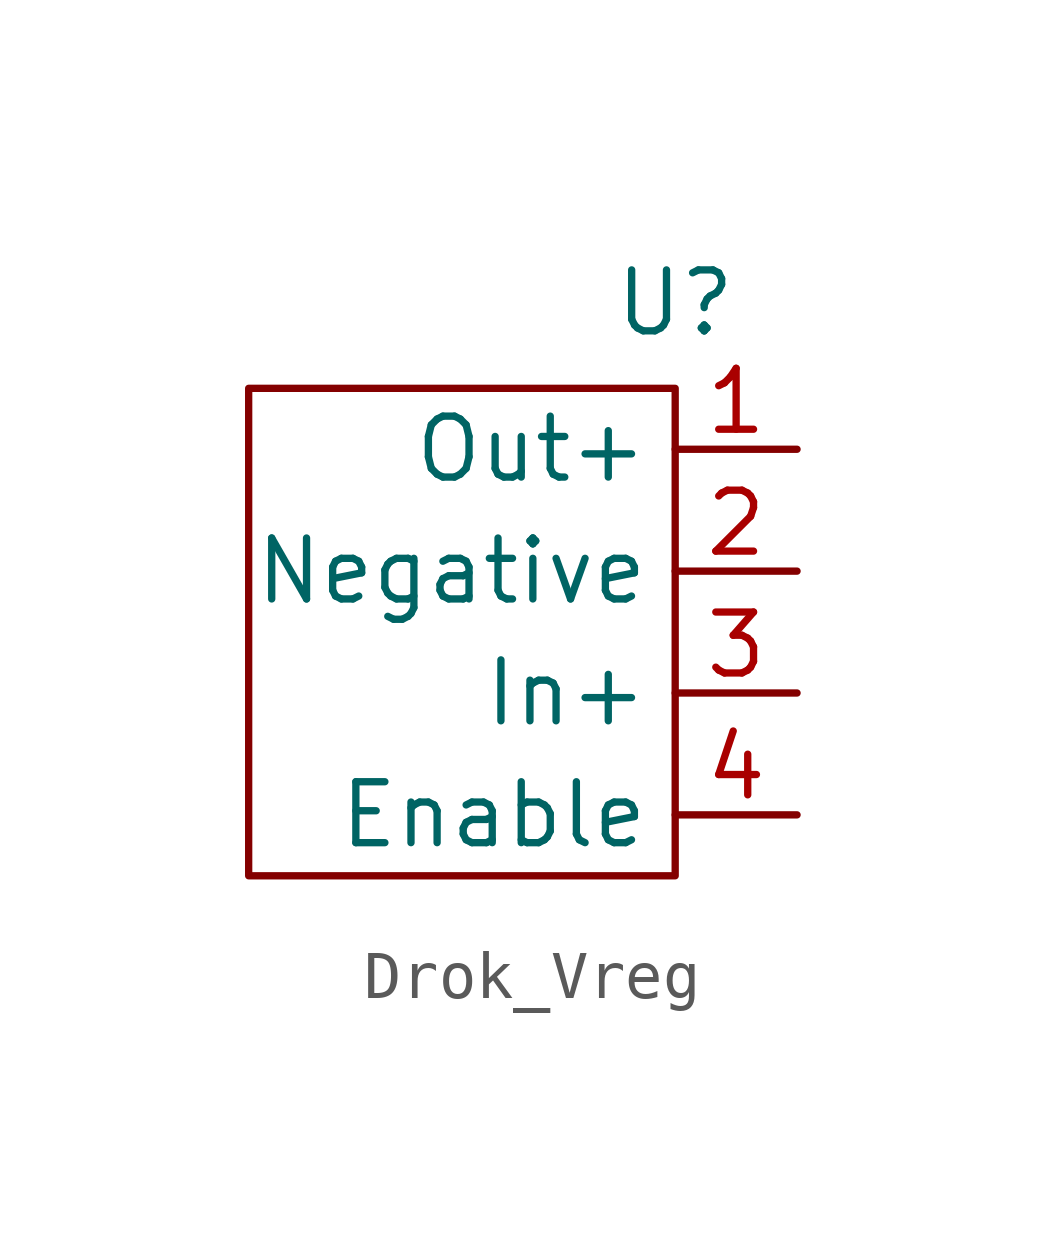
<source format=kicad_sym>
(kicad_symbol_lib
  (version 20220914)
  (generator kicad_symbol_editor)
  (symbol "Drok_Vreg"
    (property "Reference" "U"
      (at 0 1.778 0)
      (effects (font (size 1.27 1.27))))
    (property "Value" ""
      (at 0 0 0)
      (effects (font (size 1.27 1.27))))
    (symbol "Drok_Vreg_0_1"
      (rectangle (start -8.89 0) (end 0 -10.16) (stroke (width 0) (type default)) (fill (type none))))
    (symbol "Drok_Vreg_1_1"
      (pin output line (at 2.54 -1.27 180) (length 2.54) (name "Out+" (effects (font (size 1.27 1.27)))) (number "1" (effects (font (size 1.27 1.27)))))
      (pin input line (at 2.54 -3.81 180) (length 2.54) (name "Negative" (effects (font (size 1.27 1.27)))) (number "2" (effects (font (size 1.27 1.27)))))
      (pin input line (at 2.54 -6.35 180) (length 2.54) (name "In+" (effects (font (size 1.27 1.27)))) (number "3" (effects (font (size 1.27 1.27)))))
      (pin passive line (at 2.54 -8.89 180) (length 2.54) (name "Enable" (effects (font (size 1.27 1.27)))) (number "4" (effects (font (size 1.27 1.27))))))))
</source>
